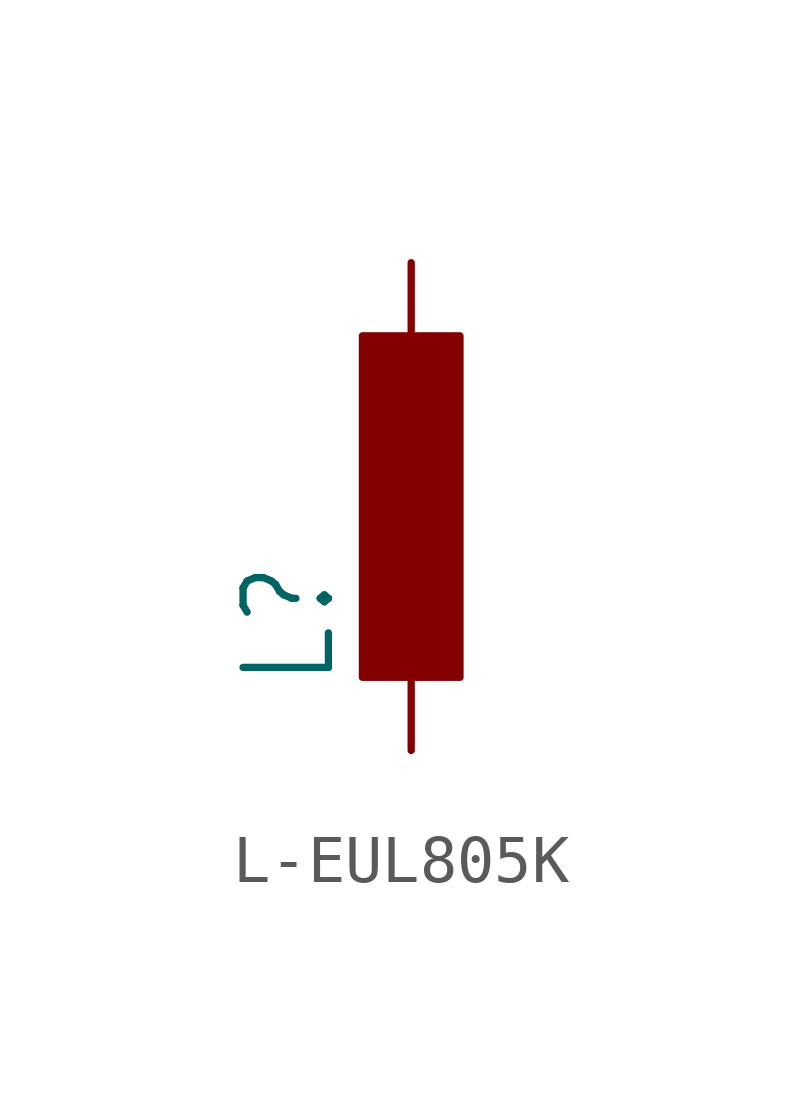
<source format=kicad_sym>
(kicad_symbol_lib
  (version 20241209)
  (generator "kicad_symbol_editor")
  (generator_version "9.0")
  (symbol "L-EUL805K"
    (property "Reference" "L"
      (at -1.499 -3.81 90)
      (effects (font (size 1.778 1.511)) (justify left bottom)))
    (property "Value" ""
      (at 3.302 -3.81 90)
      (effects (font (size 1.778 1.511)) (justify left bottom)))
    (property "ki_locked" ""
      (at 0 0 0)
      (effects (font (size 1.27 1.27))))
    (symbol "L-EUL805K_1_0"
      (rectangle (start -1.016 -3.556) (end 1.016 3.556) (stroke (width 0) (type default)) (fill (type outline)))
      (pin passive line (at 0 5.08 270) (length 2.54) (name "1" (effects (font (size 0 0)))) (number "1" (effects (font (size 0 0)))))
      (pin passive line (at 0 -5.08 90) (length 2.54) (name "2" (effects (font (size 0 0)))) (number "2" (effects (font (size 0 0))))))))
</source>
